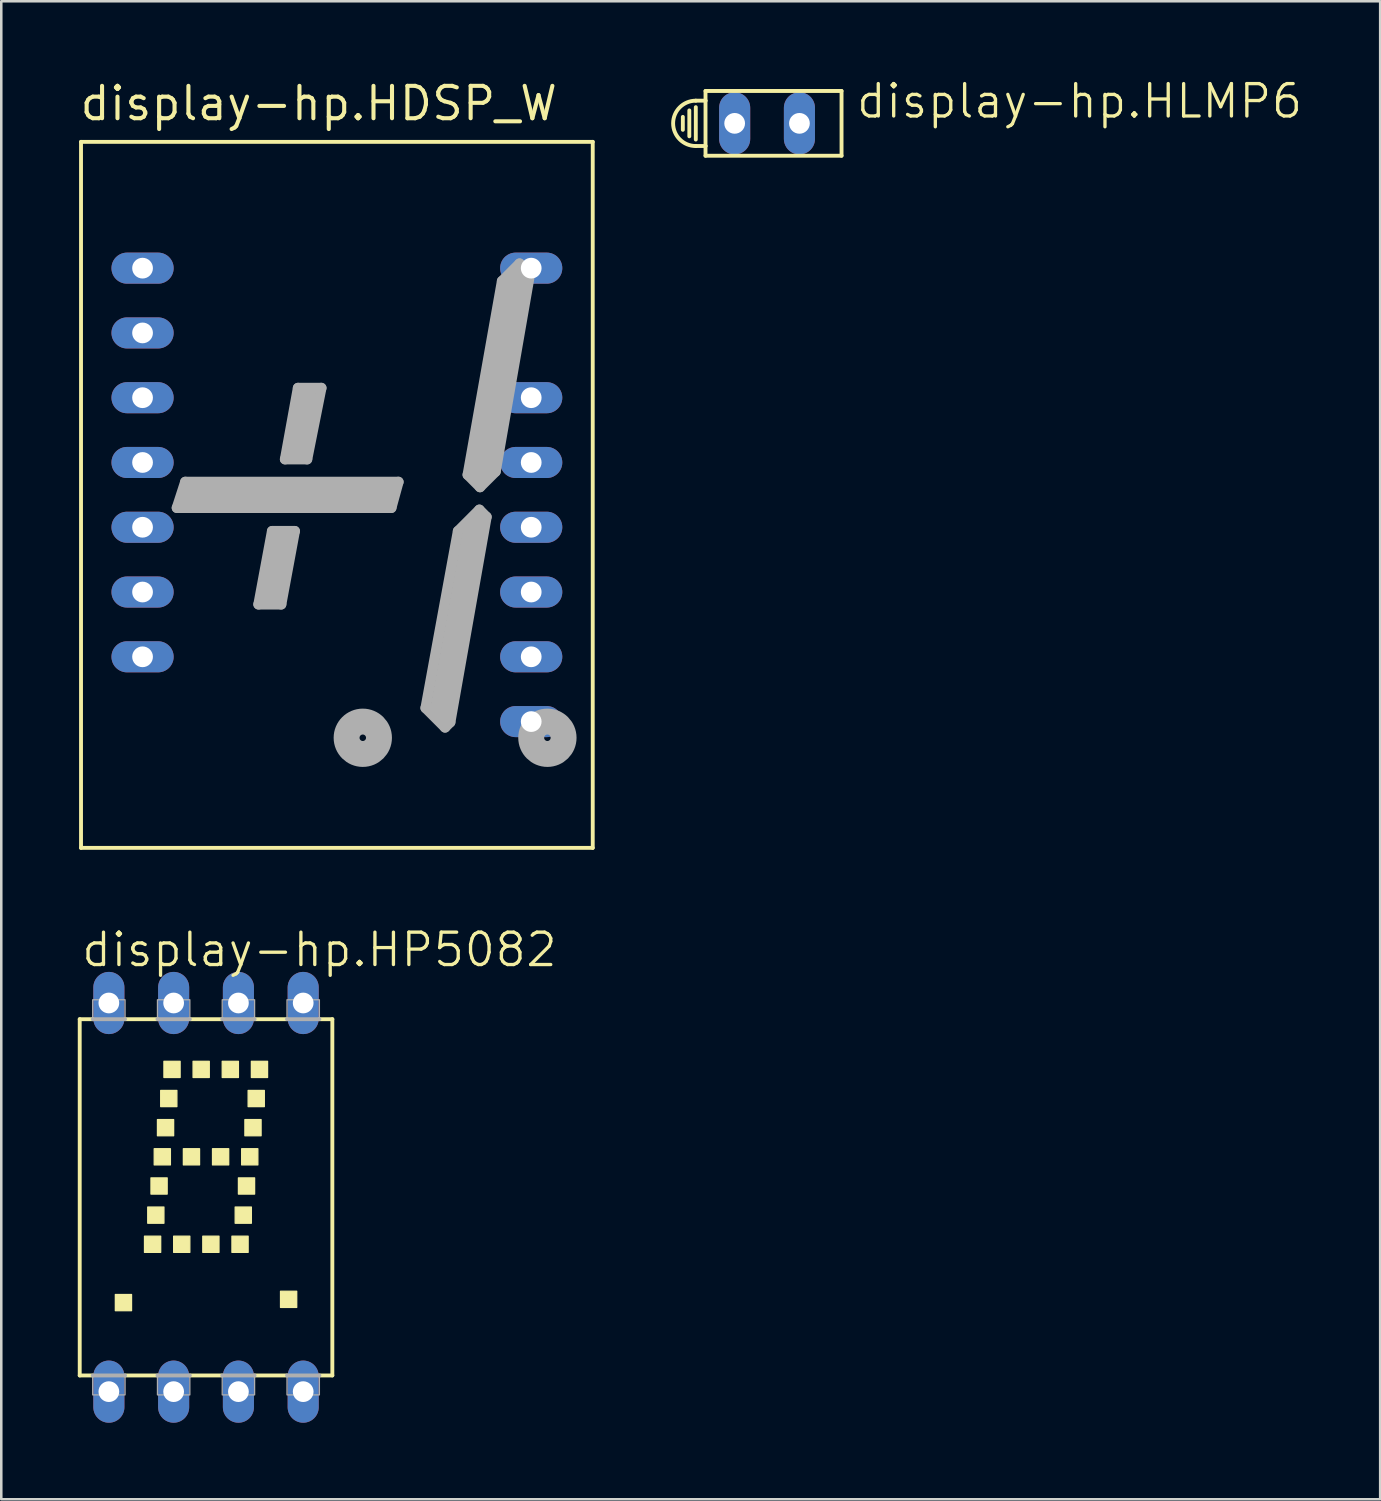
<source format=kicad_pcb>
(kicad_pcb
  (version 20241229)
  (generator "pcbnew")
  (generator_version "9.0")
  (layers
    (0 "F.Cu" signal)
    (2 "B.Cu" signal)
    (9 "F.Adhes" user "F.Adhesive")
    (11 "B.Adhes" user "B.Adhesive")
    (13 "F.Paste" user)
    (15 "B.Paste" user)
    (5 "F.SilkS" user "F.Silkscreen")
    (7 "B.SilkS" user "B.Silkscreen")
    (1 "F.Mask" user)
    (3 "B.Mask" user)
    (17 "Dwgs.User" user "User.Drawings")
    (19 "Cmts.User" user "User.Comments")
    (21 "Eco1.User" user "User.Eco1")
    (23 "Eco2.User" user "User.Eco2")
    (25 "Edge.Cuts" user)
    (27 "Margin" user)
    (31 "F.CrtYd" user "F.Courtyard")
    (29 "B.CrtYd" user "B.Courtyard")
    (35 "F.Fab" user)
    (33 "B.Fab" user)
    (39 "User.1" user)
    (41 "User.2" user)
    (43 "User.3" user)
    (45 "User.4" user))
  (footprint "display-hp.HLMP6"
    (layer "F.Cu")
    (at 27.028 1.787)
    (property "Reference" "display-hp.HLMP6" (at 3.429 -0.127 0) (layer "F.SilkS") (effects (font (size 1.27 1.27) (thickness 0.13)) (justify left bottom)))
    (attr through_hole)
    (fp_line (start -3.302 -0.254) (end -3.302 0.254) (stroke (width 0.152) (type default)) (layer "F.SilkS"))
    (fp_line (start -3.048 -0.508) (end -3.048 0.508) (stroke (width 0.152) (type default)) (layer "F.SilkS"))
    (fp_line (start -2.794 -0.889) (end -2.413 -0.889) (stroke (width 0.152) (type default)) (layer "F.SilkS"))
    (fp_line (start -2.794 -0.635) (end -2.794 0.635) (stroke (width 0.152) (type default)) (layer "F.SilkS"))
    (fp_line (start -2.794 0.889) (end -2.413 0.889) (stroke (width 0.152) (type default)) (layer "F.SilkS"))
    (fp_line (start -2.413 -0.889) (end -2.413 -1.27) (stroke (width 0.152) (type default)) (layer "F.SilkS"))
    (fp_line (start -2.413 0.889) (end -2.413 -0.889) (stroke (width 0.152) (type default)) (layer "F.SilkS"))
    (fp_line (start -2.413 1.27) (end -2.413 0.889) (stroke (width 0.152) (type default)) (layer "F.SilkS"))
    (fp_line (start -2.413 1.27) (end 2.921 1.27) (stroke (width 0.152) (type default)) (layer "F.SilkS"))
    (fp_line (start 2.921 -1.27) (end -2.413 -1.27) (stroke (width 0.152) (type default)) (layer "F.SilkS"))
    (fp_line (start 2.921 -1.27) (end 2.921 1.27) (stroke (width 0.152) (type default)) (layer "F.SilkS"))
    (fp_arc (start -2.794 0.889) (mid -3.683 0) (end -2.794 -0.889) (stroke (width 0.1524) (type default)) (layer "F.SilkS"))
    (pad "A" thru_hole oval (at -1.27 0 90) (size 2.438 1.219) (drill 0.813) (layers "*.Cu" "*.Mask"))
    (pad "K" thru_hole oval (at 1.27 0 90) (size 2.438 1.219) (drill 0.813) (layers "*.Cu" "*.Mask")))
  (footprint "display-hp.HDSP_W"
    (layer "F.Cu")
    (at 10.16 16.355)
    (property "Reference" "display-hp.HDSP_W" (at -10.16 -14.605 0) (layer "F.SilkS") (effects (font (size 1.27 1.27) (thickness 0.16)) (justify left bottom)))
    (attr through_hole)
    (fp_line (start -10.033 -13.843) (end -10.033 13.843) (stroke (width 0.152) (type default)) (layer "F.SilkS"))
    (fp_line (start -10.033 -13.843) (end 10.033 -13.843) (stroke (width 0.152) (type default)) (layer "F.SilkS"))
    (fp_line (start 10.033 13.843) (end -10.033 13.843) (stroke (width 0.152) (type default)) (layer "F.SilkS"))
    (fp_line (start 10.033 13.843) (end 10.033 -13.843) (stroke (width 0.152) (type default)) (layer "F.SilkS"))
    (fp_line (start -6.274 0.508) (end -5.944 -0.508) (stroke (width 0.406) (type default)) (layer "F.Fab"))
    (fp_line (start -5.944 -0.508) (end 2.413 -0.508) (stroke (width 0.406) (type default)) (layer "F.Fab"))
    (fp_line (start -3.073 4.293) (end -2.184 4.293) (stroke (width 0.406) (type default)) (layer "F.Fab"))
    (fp_line (start -2.54 1.422) (end -3.073 4.293) (stroke (width 0.406) (type default)) (layer "F.Fab"))
    (fp_line (start -2.54 1.422) (end -1.651 1.422) (stroke (width 0.406) (type default)) (layer "F.Fab"))
    (fp_line (start -2.515 3.937) (end -2.134 1.829) (stroke (width 0.813) (type default)) (layer "F.Fab"))
    (fp_line (start -2.184 4.293) (end -1.651 1.422) (stroke (width 0.406) (type default)) (layer "F.Fab"))
    (fp_line (start -2.032 -1.397) (end -1.524 -4.191) (stroke (width 0.406) (type default)) (layer "F.Fab"))
    (fp_line (start -1.6 -1.778) (end -1.194 -3.785) (stroke (width 0.813) (type default)) (layer "F.Fab"))
    (fp_line (start -1.524 -4.191) (end -0.61 -4.191) (stroke (width 0.406) (type default)) (layer "F.Fab"))
    (fp_line (start -1.168 -1.397) (end -2.032 -1.397) (stroke (width 0.406) (type default)) (layer "F.Fab"))
    (fp_line (start -0.61 -4.191) (end -1.168 -1.397) (stroke (width 0.406) (type default)) (layer "F.Fab"))
    (fp_line (start 1.956 0) (end -5.817 0) (stroke (width 0.813) (type default)) (layer "F.Fab"))
    (fp_line (start 2.134 0.508) (end -6.274 0.508) (stroke (width 0.406) (type default)) (layer "F.Fab"))
    (fp_line (start 2.413 -0.508) (end 2.134 0.508) (stroke (width 0.406) (type default)) (layer "F.Fab"))
    (fp_line (start 3.48 8.357) (end 4.242 9.119) (stroke (width 0.406) (type default)) (layer "F.Fab"))
    (fp_line (start 4.242 9.119) (end 4.445 8.915) (stroke (width 0.406) (type default)) (layer "F.Fab"))
    (fp_line (start 4.445 8.915) (end 5.867 0.864) (stroke (width 0.406) (type default)) (layer "F.Fab"))
    (fp_line (start 4.75 1.422) (end 3.48 8.357) (stroke (width 0.406) (type default)) (layer "F.Fab"))
    (fp_line (start 5.131 -0.787) (end 5.613 -0.305) (stroke (width 0.406) (type default)) (layer "F.Fab"))
    (fp_line (start 5.385 1.168) (end 4.039 8.534) (stroke (width 0.813) (type default)) (layer "F.Fab"))
    (fp_line (start 5.588 0.584) (end 4.75 1.422) (stroke (width 0.406) (type default)) (layer "F.Fab"))
    (fp_line (start 5.613 -0.305) (end 6.223 -0.914) (stroke (width 0.406) (type default)) (layer "F.Fab"))
    (fp_line (start 5.867 0.864) (end 5.588 0.584) (stroke (width 0.406) (type default)) (layer "F.Fab"))
    (fp_line (start 6.223 -0.914) (end 7.569 -8.661) (stroke (width 0.406) (type default)) (layer "F.Fab"))
    (fp_line (start 6.477 -8.382) (end 5.131 -0.787) (stroke (width 0.406) (type default)) (layer "F.Fab"))
    (fp_line (start 6.985 -8.56) (end 5.664 -0.914) (stroke (width 0.813) (type default)) (layer "F.Fab"))
    (fp_line (start 7.163 -9.068) (end 6.477 -8.382) (stroke (width 0.406) (type default)) (layer "F.Fab"))
    (fp_line (start 7.569 -8.661) (end 7.163 -9.068) (stroke (width 0.406) (type default)) (layer "F.Fab"))
    (fp_rect (start 0.381 10.16) (end 1.651 8.89) (stroke (width 0.05) (type default)) (fill no) (layer "F.Fab"))
    (fp_rect (start 7.62 10.16) (end 8.89 8.89) (stroke (width 0.05) (type default)) (fill no) (layer "F.Fab"))
    (fp_circle (center 1.016 9.525) (end 1.651 9.525) (stroke (width 1.016) (type default)) (fill no) (layer "F.Fab"))
    (fp_circle (center 8.255 9.525) (end 8.89 9.525) (stroke (width 1.016) (type default)) (fill no) (layer "F.Fab"))
    (pad "2" thru_hole oval (at -7.62 -8.89) (size 2.438 1.219) (drill 0.813) (layers "*.Cu" "*.Mask"))
    (pad "3" thru_hole oval (at -7.62 -6.35) (size 2.438 1.219) (drill 0.813) (layers "*.Cu" "*.Mask"))
    (pad "4" thru_hole oval (at -7.62 -3.81) (size 2.438 1.219) (drill 0.813) (layers "*.Cu" "*.Mask"))
    (pad "5" thru_hole oval (at -7.62 -1.27) (size 2.438 1.219) (drill 0.813) (layers "*.Cu" "*.Mask"))
    (pad "6" thru_hole oval (at -7.62 1.27) (size 2.438 1.219) (drill 0.813) (layers "*.Cu" "*.Mask"))
    (pad "7" thru_hole oval (at -7.62 3.81) (size 2.438 1.219) (drill 0.813) (layers "*.Cu" "*.Mask"))
    (pad "8" thru_hole oval (at -7.62 6.35) (size 2.438 1.219) (drill 0.813) (layers "*.Cu" "*.Mask"))
    (pad "10" thru_hole oval (at 7.62 8.89) (size 2.438 1.219) (drill 0.813) (layers "*.Cu" "*.Mask"))
    (pad "11" thru_hole oval (at 7.62 6.35) (size 2.438 1.219) (drill 0.813) (layers "*.Cu" "*.Mask"))
    (pad "12" thru_hole oval (at 7.62 3.81) (size 2.438 1.219) (drill 0.813) (layers "*.Cu" "*.Mask"))
    (pad "13" thru_hole oval (at 7.62 1.27) (size 2.438 1.219) (drill 0.813) (layers "*.Cu" "*.Mask"))
    (pad "14" thru_hole oval (at 7.62 -1.27) (size 2.438 1.219) (drill 0.813) (layers "*.Cu" "*.Mask"))
    (pad "15" thru_hole oval (at 7.62 -3.81) (size 2.438 1.219) (drill 0.813) (layers "*.Cu" "*.Mask"))
    (pad "17" thru_hole oval (at 7.62 -8.89) (size 2.438 1.219) (drill 0.813) (layers "*.Cu" "*.Mask")))
  (footprint "display-hp.HP5082"
    (layer "F.Cu")
    (at 5.029 43.9)
    (property "Reference" "display-hp.HP5082" (at -4.953 -8.966 0) (layer "F.SilkS") (effects (font (size 1.27 1.27) (thickness 0.13)) (justify left bottom)))
    (attr through_hole)
    (fp_line (start -4.953 -6.985) (end -4.953 6.985) (stroke (width 0.152) (type default)) (layer "F.SilkS"))
    (fp_line (start -4.953 6.985) (end -4.445 6.985) (stroke (width 0.152) (type default)) (layer "F.SilkS"))
    (fp_line (start -4.445 -6.985) (end -4.953 -6.985) (stroke (width 0.152) (type default)) (layer "F.SilkS"))
    (fp_line (start -1.905 -6.985) (end -3.175 -6.985) (stroke (width 0.152) (type default)) (layer "F.SilkS"))
    (fp_line (start -1.905 6.985) (end -3.175 6.985) (stroke (width 0.152) (type default)) (layer "F.SilkS"))
    (fp_line (start -0.635 6.985) (end 0.635 6.985) (stroke (width 0.152) (type default)) (layer "F.SilkS"))
    (fp_line (start 0.635 -6.985) (end -0.635 -6.985) (stroke (width 0.152) (type default)) (layer "F.SilkS"))
    (fp_line (start 1.905 6.985) (end 3.175 6.985) (stroke (width 0.152) (type default)) (layer "F.SilkS"))
    (fp_line (start 3.175 -6.985) (end 1.905 -6.985) (stroke (width 0.152) (type default)) (layer "F.SilkS"))
    (fp_line (start 4.953 -6.985) (end 4.445 -6.985) (stroke (width 0.152) (type default)) (layer "F.SilkS"))
    (fp_line (start 4.953 6.985) (end 4.445 6.985) (stroke (width 0.152) (type default)) (layer "F.SilkS"))
    (fp_line (start 4.953 6.985) (end 4.953 -6.985) (stroke (width 0.152) (type default)) (layer "F.SilkS"))
    (fp_rect (start -3.556 4.445) (end -2.921 3.81) (stroke (width 0.05) (type default)) (fill yes) (layer "F.SilkS"))
    (fp_rect (start -2.413 2.159) (end -1.778 1.524) (stroke (width 0.05) (type default)) (fill yes) (layer "F.SilkS"))
    (fp_rect (start -2.286 1.016) (end -1.651 0.381) (stroke (width 0.05) (type default)) (fill yes) (layer "F.SilkS"))
    (fp_rect (start -2.159 -0.127) (end -1.524 -0.762) (stroke (width 0.05) (type default)) (fill yes) (layer "F.SilkS"))
    (fp_rect (start -2.032 -1.27) (end -1.397 -1.905) (stroke (width 0.05) (type default)) (fill yes) (layer "F.SilkS"))
    (fp_rect (start -1.905 -2.413) (end -1.27 -3.048) (stroke (width 0.05) (type default)) (fill yes) (layer "F.SilkS"))
    (fp_rect (start -1.778 -3.556) (end -1.143 -4.191) (stroke (width 0.05) (type default)) (fill yes) (layer "F.SilkS"))
    (fp_rect (start -1.651 -4.699) (end -1.016 -5.334) (stroke (width 0.05) (type default)) (fill yes) (layer "F.SilkS"))
    (fp_rect (start -1.27 2.159) (end -0.635 1.524) (stroke (width 0.05) (type default)) (fill yes) (layer "F.SilkS"))
    (fp_rect (start -0.889 -1.27) (end -0.254 -1.905) (stroke (width 0.05) (type default)) (fill yes) (layer "F.SilkS"))
    (fp_rect (start -0.508 -4.699) (end 0.127 -5.334) (stroke (width 0.05) (type default)) (fill yes) (layer "F.SilkS"))
    (fp_rect (start -0.127 2.159) (end 0.508 1.524) (stroke (width 0.05) (type default)) (fill yes) (layer "F.SilkS"))
    (fp_rect (start 0.254 -1.27) (end 0.889 -1.905) (stroke (width 0.05) (type default)) (fill yes) (layer "F.SilkS"))
    (fp_rect (start 0.635 -4.699) (end 1.27 -5.334) (stroke (width 0.05) (type default)) (fill yes) (layer "F.SilkS"))
    (fp_rect (start 1.016 2.159) (end 1.651 1.524) (stroke (width 0.05) (type default)) (fill yes) (layer "F.SilkS"))
    (fp_rect (start 1.143 1.016) (end 1.778 0.381) (stroke (width 0.05) (type default)) (fill yes) (layer "F.SilkS"))
    (fp_rect (start 1.27 -0.127) (end 1.905 -0.762) (stroke (width 0.05) (type default)) (fill yes) (layer "F.SilkS"))
    (fp_rect (start 1.397 -1.27) (end 2.032 -1.905) (stroke (width 0.05) (type default)) (fill yes) (layer "F.SilkS"))
    (fp_rect (start 1.524 -2.413) (end 2.159 -3.048) (stroke (width 0.05) (type default)) (fill yes) (layer "F.SilkS"))
    (fp_rect (start 1.651 -3.556) (end 2.286 -4.191) (stroke (width 0.05) (type default)) (fill yes) (layer "F.SilkS"))
    (fp_rect (start 1.778 -4.699) (end 2.413 -5.334) (stroke (width 0.05) (type default)) (fill yes) (layer "F.SilkS"))
    (fp_rect (start 2.921 4.318) (end 3.556 3.683) (stroke (width 0.05) (type default)) (fill yes) (layer "F.SilkS"))
    (fp_line (start -4.445 -6.985) (end -3.175 -6.985) (stroke (width 0.152) (type default)) (layer "F.Fab"))
    (fp_line (start -4.445 6.985) (end -3.175 6.985) (stroke (width 0.152) (type default)) (layer "F.Fab"))
    (fp_line (start -1.905 -6.985) (end -0.635 -6.985) (stroke (width 0.152) (type default)) (layer "F.Fab"))
    (fp_line (start -1.905 6.985) (end -0.635 6.985) (stroke (width 0.152) (type default)) (layer "F.Fab"))
    (fp_line (start 0.635 -6.985) (end 1.905 -6.985) (stroke (width 0.152) (type default)) (layer "F.Fab"))
    (fp_line (start 0.635 6.985) (end 1.905 6.985) (stroke (width 0.152) (type default)) (layer "F.Fab"))
    (fp_line (start 3.175 -6.985) (end 4.445 -6.985) (stroke (width 0.152) (type default)) (layer "F.Fab"))
    (fp_line (start 3.175 6.985) (end 4.445 6.985) (stroke (width 0.152) (type default)) (layer "F.Fab"))
    (fp_rect (start -4.445 -6.985) (end -3.175 -7.747) (stroke (width 0.05) (type default)) (fill no) (layer "F.Fab"))
    (fp_rect (start -4.445 7.747) (end -3.175 6.985) (stroke (width 0.05) (type default)) (fill no) (layer "F.Fab"))
    (fp_rect (start -1.905 -6.985) (end -0.635 -7.747) (stroke (width 0.05) (type default)) (fill no) (layer "F.Fab"))
    (fp_rect (start -1.905 7.747) (end -0.635 6.985) (stroke (width 0.05) (type default)) (fill no) (layer "F.Fab"))
    (fp_rect (start 0.635 -6.985) (end 1.905 -7.747) (stroke (width 0.05) (type default)) (fill no) (layer "F.Fab"))
    (fp_rect (start 0.635 7.747) (end 1.905 6.985) (stroke (width 0.05) (type default)) (fill no) (layer "F.Fab"))
    (fp_rect (start 3.175 -6.985) (end 4.445 -7.747) (stroke (width 0.05) (type default)) (fill no) (layer "F.Fab"))
    (fp_rect (start 3.175 7.747) (end 4.445 6.985) (stroke (width 0.05) (type default)) (fill no) (layer "F.Fab"))
    (pad "1" thru_hole oval (at -3.81 7.62 90) (size 2.438 1.219) (drill 0.813) (layers "*.Cu" "*.Mask"))
    (pad "2" thru_hole oval (at -1.27 7.62 90) (size 2.438 1.219) (drill 0.813) (layers "*.Cu" "*.Mask"))
    (pad "3" thru_hole oval (at 1.27 7.62 90) (size 2.438 1.219) (drill 0.813) (layers "*.Cu" "*.Mask"))
    (pad "4" thru_hole oval (at 3.81 7.62 90) (size 2.438 1.219) (drill 0.813) (layers "*.Cu" "*.Mask"))
    (pad "5" thru_hole oval (at 3.81 -7.62 90) (size 2.438 1.219) (drill 0.813) (layers "*.Cu" "*.Mask"))
    (pad "6" thru_hole oval (at 1.27 -7.62 90) (size 2.438 1.219) (drill 0.813) (layers "*.Cu" "*.Mask"))
    (pad "7" thru_hole oval (at -1.27 -7.62 90) (size 2.438 1.219) (drill 0.813) (layers "*.Cu" "*.Mask"))
    (pad "8" thru_hole oval (at -3.81 -7.62 90) (size 2.438 1.219) (drill 0.813) (layers "*.Cu" "*.Mask")))
  (gr_rect
    (start -3 -3)
    (end 51.071 55.74)
    (stroke (width 0.1) (type default))
    (fill no)
    (layer "Edge.Cuts")))
</source>
